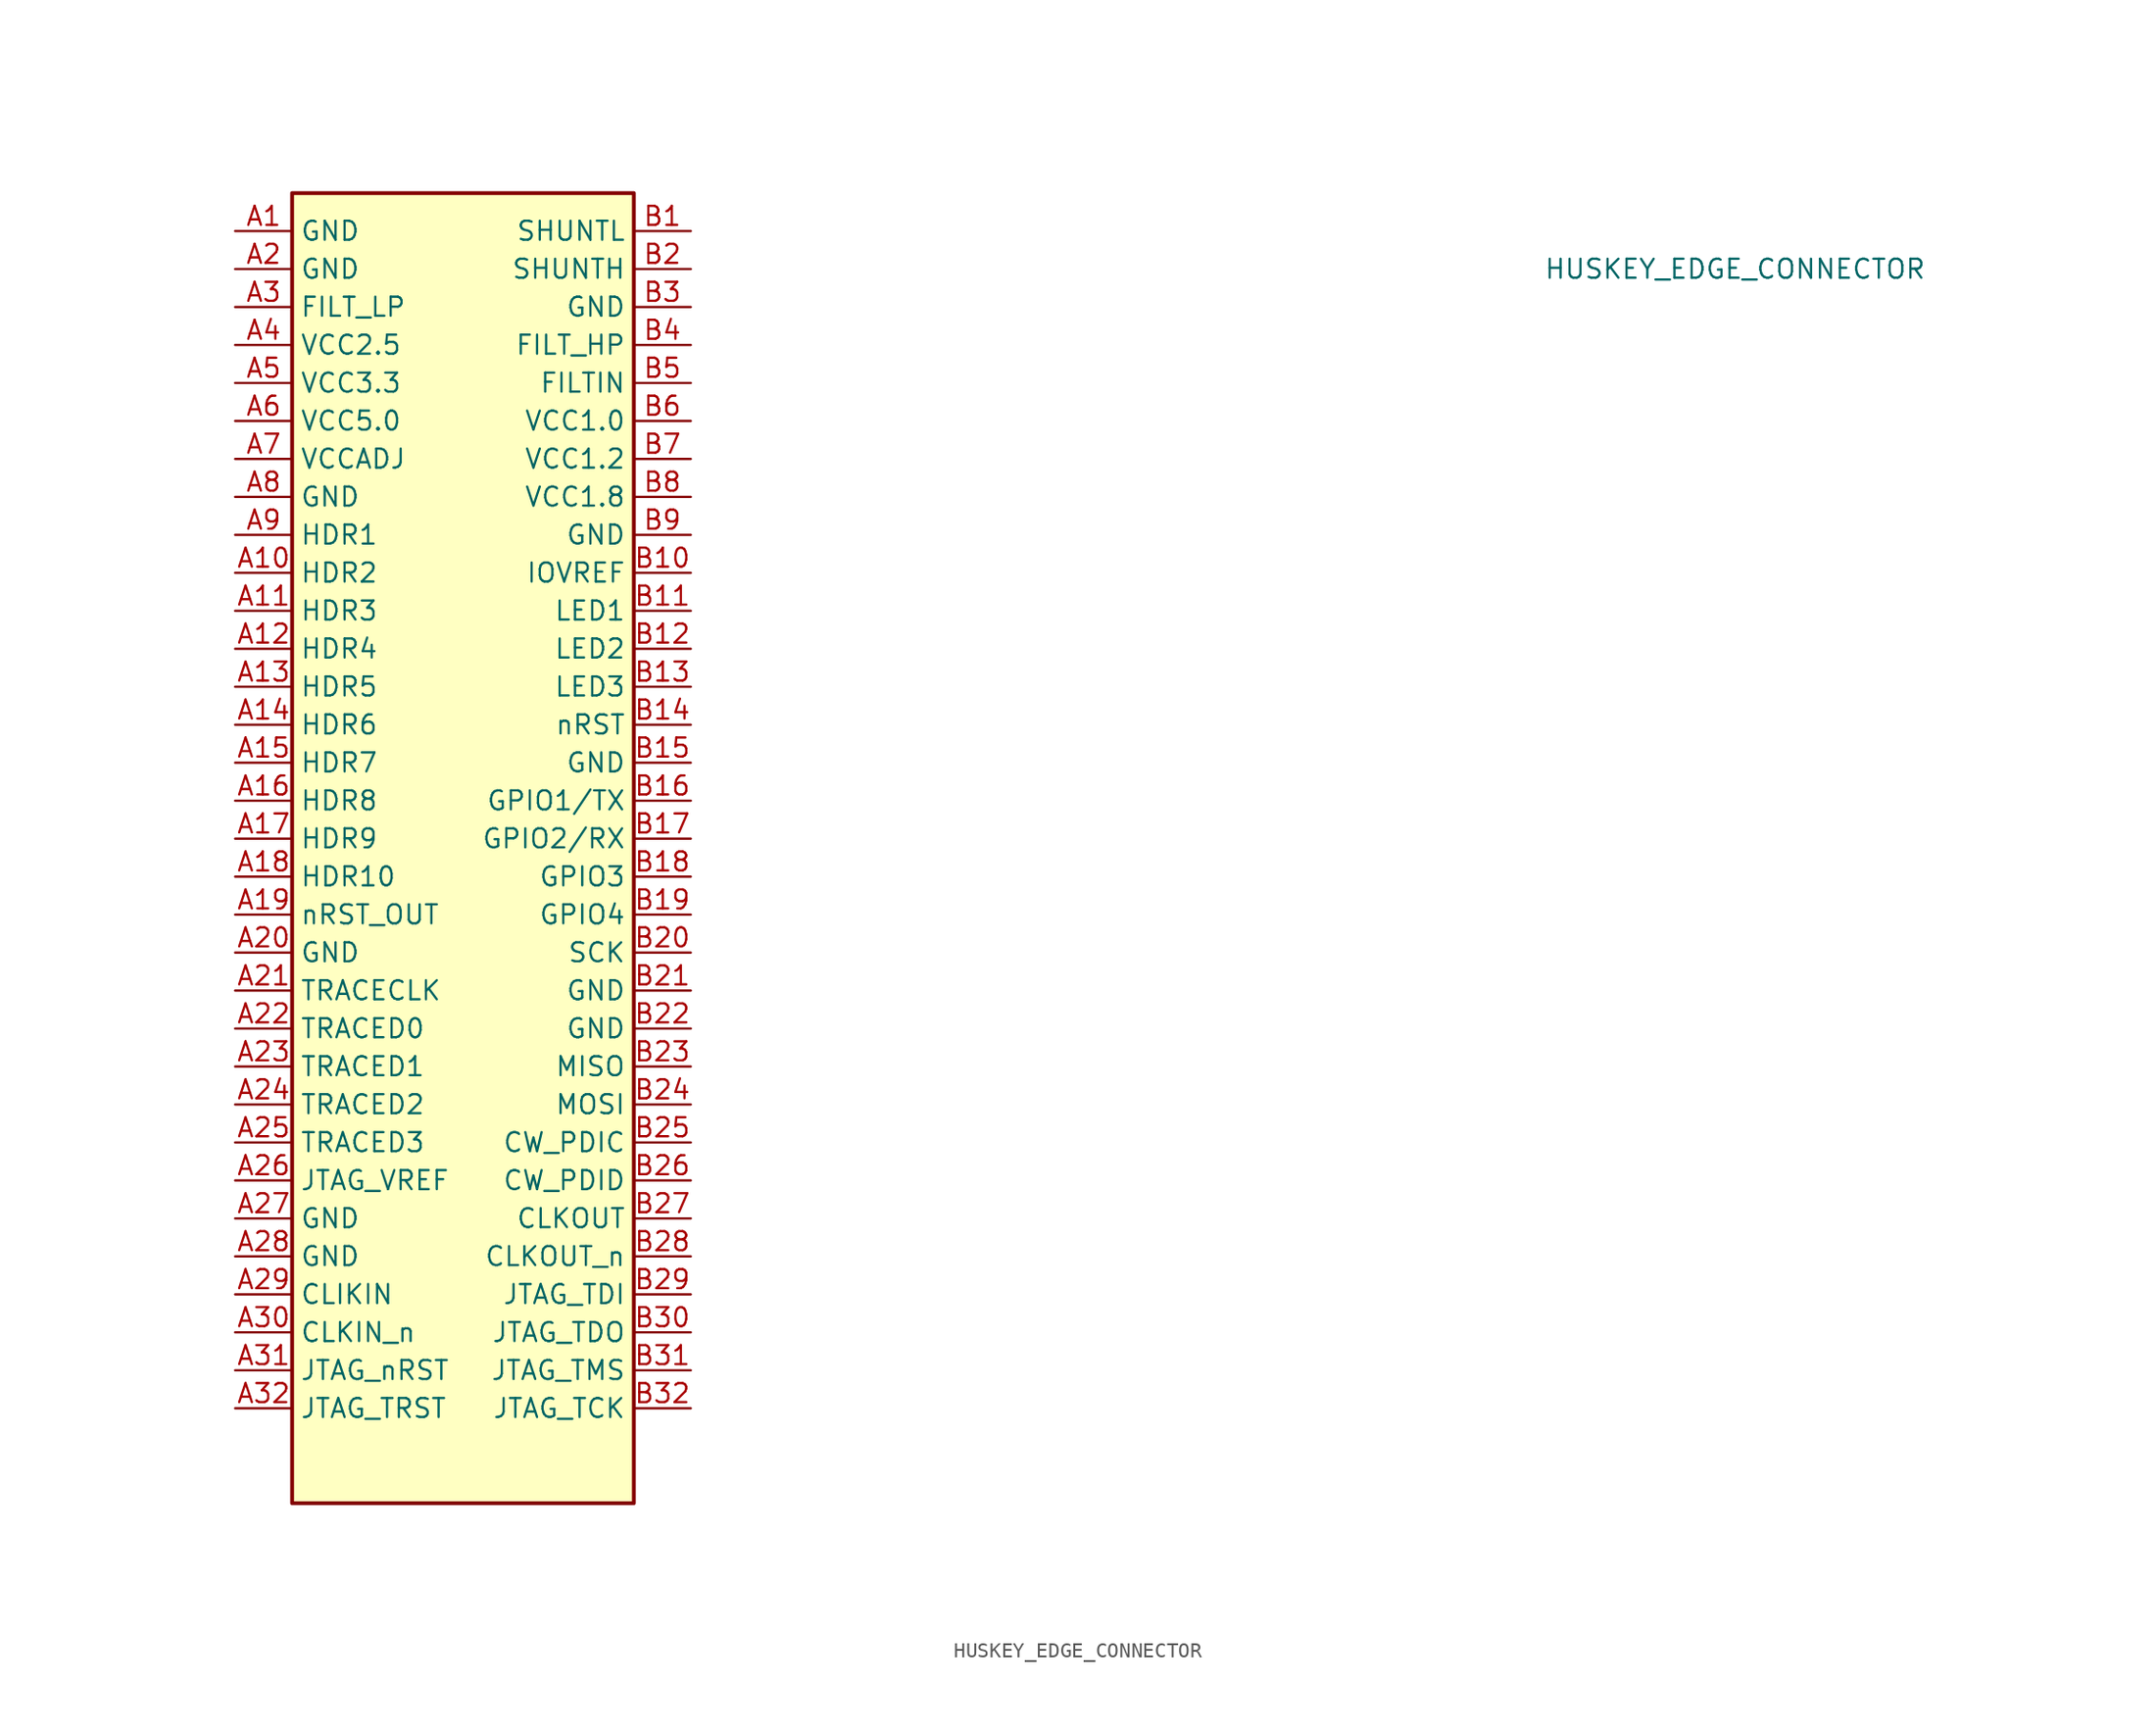
<source format=kicad_sym>
(kicad_symbol_lib
  (version 20241209)
  (generator "kicad_symbol_editor")
  (generator_version "9.0")
  (symbol "HUSKEY_EDGE_CONNECTOR"
    (property "Reference" "J"
      (at 3.302 61.468 0)
      (effects (font (size 1.27 1.27)) (hide yes)))
    (property "Value" "HUSKEY_EDGE_CONNECTOR"
      (at 85.09 26.67 0)
      (effects (font (size 1.27 1.27))))
    (symbol "HUSKEY_EDGE_CONNECTOR_0_1"
      (rectangle (start -11.43 31.75) (end 11.43 -55.88) (stroke (width 0.254) (type default)) (fill (type background))))
    (symbol "HUSKEY_EDGE_CONNECTOR_1_1"
      (pin passive line (at -15.24 29.21 0) (length 3.81) (name "GND" (effects (font (size 1.27 1.27)))) (number "A1" (effects (font (size 1.27 1.27)))))
      (pin passive line (at -15.24 26.67 0) (length 3.81) (name "GND" (effects (font (size 1.27 1.27)))) (number "A2" (effects (font (size 1.27 1.27)))))
      (pin passive line (at -15.24 24.13 0) (length 3.81) (name "FILT_LP" (effects (font (size 1.27 1.27)))) (number "A3" (effects (font (size 1.27 1.27)))))
      (pin passive line (at -15.24 21.59 0) (length 3.81) (name "VCC2.5" (effects (font (size 1.27 1.27)))) (number "A4" (effects (font (size 1.27 1.27)))))
      (pin passive line (at -15.24 19.05 0) (length 3.81) (name "VCC3.3" (effects (font (size 1.27 1.27)))) (number "A5" (effects (font (size 1.27 1.27)))))
      (pin passive line (at -15.24 16.51 0) (length 3.81) (name "VCC5.0" (effects (font (size 1.27 1.27)))) (number "A6" (effects (font (size 1.27 1.27)))))
      (pin passive line (at -15.24 13.97 0) (length 3.81) (name "VCCADJ" (effects (font (size 1.27 1.27)))) (number "A7" (effects (font (size 1.27 1.27)))))
      (pin passive line (at -15.24 11.43 0) (length 3.81) (name "GND" (effects (font (size 1.27 1.27)))) (number "A8" (effects (font (size 1.27 1.27)))))
      (pin passive line (at -15.24 8.89 0) (length 3.81) (name "HDR1" (effects (font (size 1.27 1.27)))) (number "A9" (effects (font (size 1.27 1.27)))))
      (pin passive line (at -15.24 6.35 0) (length 3.81) (name "HDR2" (effects (font (size 1.27 1.27)))) (number "A10" (effects (font (size 1.27 1.27)))))
      (pin passive line (at -15.24 3.81 0) (length 3.81) (name "HDR3" (effects (font (size 1.27 1.27)))) (number "A11" (effects (font (size 1.27 1.27)))))
      (pin passive line (at -15.24 1.27 0) (length 3.81) (name "HDR4" (effects (font (size 1.27 1.27)))) (number "A12" (effects (font (size 1.27 1.27)))))
      (pin passive line (at -15.24 -1.27 0) (length 3.81) (name "HDR5" (effects (font (size 1.27 1.27)))) (number "A13" (effects (font (size 1.27 1.27)))))
      (pin passive line (at -15.24 -3.81 0) (length 3.81) (name "HDR6" (effects (font (size 1.27 1.27)))) (number "A14" (effects (font (size 1.27 1.27)))))
      (pin passive line (at -15.24 -6.35 0) (length 3.81) (name "HDR7" (effects (font (size 1.27 1.27)))) (number "A15" (effects (font (size 1.27 1.27)))))
      (pin passive line (at -15.24 -8.89 0) (length 3.81) (name "HDR8" (effects (font (size 1.27 1.27)))) (number "A16" (effects (font (size 1.27 1.27)))))
      (pin passive line (at -15.24 -11.43 0) (length 3.81) (name "HDR9" (effects (font (size 1.27 1.27)))) (number "A17" (effects (font (size 1.27 1.27)))))
      (pin passive line (at -15.24 -13.97 0) (length 3.81) (name "HDR10" (effects (font (size 1.27 1.27)))) (number "A18" (effects (font (size 1.27 1.27)))))
      (pin passive line (at -15.24 -16.51 0) (length 3.81) (name "nRST_OUT" (effects (font (size 1.27 1.27)))) (number "A19" (effects (font (size 1.27 1.27)))))
      (pin passive line (at -15.24 -19.05 0) (length 3.81) (name "GND" (effects (font (size 1.27 1.27)))) (number "A20" (effects (font (size 1.27 1.27)))))
      (pin passive line (at -15.24 -21.59 0) (length 3.81) (name "TRACECLK" (effects (font (size 1.27 1.27)))) (number "A21" (effects (font (size 1.27 1.27)))))
      (pin passive line (at -15.24 -24.13 0) (length 3.81) (name "TRACED0" (effects (font (size 1.27 1.27)))) (number "A22" (effects (font (size 1.27 1.27)))))
      (pin passive line (at -15.24 -26.67 0) (length 3.81) (name "TRACED1" (effects (font (size 1.27 1.27)))) (number "A23" (effects (font (size 1.27 1.27)))))
      (pin passive line (at -15.24 -29.21 0) (length 3.81) (name "TRACED2" (effects (font (size 1.27 1.27)))) (number "A24" (effects (font (size 1.27 1.27)))))
      (pin passive line (at -15.24 -31.75 0) (length 3.81) (name "TRACED3" (effects (font (size 1.27 1.27)))) (number "A25" (effects (font (size 1.27 1.27)))))
      (pin passive line (at -15.24 -34.29 0) (length 3.81) (name "JTAG_VREF" (effects (font (size 1.27 1.27)))) (number "A26" (effects (font (size 1.27 1.27)))))
      (pin passive line (at -15.24 -36.83 0) (length 3.81) (name "GND" (effects (font (size 1.27 1.27)))) (number "A27" (effects (font (size 1.27 1.27)))))
      (pin passive line (at -15.24 -39.37 0) (length 3.81) (name "GND" (effects (font (size 1.27 1.27)))) (number "A28" (effects (font (size 1.27 1.27)))))
      (pin passive line (at -15.24 -41.91 0) (length 3.81) (name "CLIKIN" (effects (font (size 1.27 1.27)))) (number "A29" (effects (font (size 1.27 1.27)))))
      (pin passive line (at -15.24 -44.45 0) (length 3.81) (name "CLKIN_n" (effects (font (size 1.27 1.27)))) (number "A30" (effects (font (size 1.27 1.27)))))
      (pin passive line (at -15.24 -46.99 0) (length 3.81) (name "JTAG_nRST" (effects (font (size 1.27 1.27)))) (number "A31" (effects (font (size 1.27 1.27)))))
      (pin passive line (at -15.24 -49.53 0) (length 3.81) (name "JTAG_TRST" (effects (font (size 1.27 1.27)))) (number "A32" (effects (font (size 1.27 1.27)))))
      (pin passive line (at 15.24 29.21 180) (length 3.81) (name "SHUNTL" (effects (font (size 1.27 1.27)))) (number "B1" (effects (font (size 1.27 1.27)))))
      (pin passive line (at 15.24 26.67 180) (length 3.81) (name "SHUNTH" (effects (font (size 1.27 1.27)))) (number "B2" (effects (font (size 1.27 1.27)))))
      (pin passive line (at 15.24 24.13 180) (length 3.81) (name "GND" (effects (font (size 1.27 1.27)))) (number "B3" (effects (font (size 1.27 1.27)))))
      (pin passive line (at 15.24 21.59 180) (length 3.81) (name "FILT_HP" (effects (font (size 1.27 1.27)))) (number "B4" (effects (font (size 1.27 1.27)))))
      (pin passive line (at 15.24 19.05 180) (length 3.81) (name "FILTIN" (effects (font (size 1.27 1.27)))) (number "B5" (effects (font (size 1.27 1.27)))))
      (pin passive line (at 15.24 16.51 180) (length 3.81) (name "VCC1.0" (effects (font (size 1.27 1.27)))) (number "B6" (effects (font (size 1.27 1.27)))))
      (pin passive line (at 15.24 13.97 180) (length 3.81) (name "VCC1.2" (effects (font (size 1.27 1.27)))) (number "B7" (effects (font (size 1.27 1.27)))))
      (pin passive line (at 15.24 11.43 180) (length 3.81) (name "VCC1.8" (effects (font (size 1.27 1.27)))) (number "B8" (effects (font (size 1.27 1.27)))))
      (pin passive line (at 15.24 8.89 180) (length 3.81) (name "GND" (effects (font (size 1.27 1.27)))) (number "B9" (effects (font (size 1.27 1.27)))))
      (pin passive line (at 15.24 6.35 180) (length 3.81) (name "IOVREF" (effects (font (size 1.27 1.27)))) (number "B10" (effects (font (size 1.27 1.27)))))
      (pin passive line (at 15.24 3.81 180) (length 3.81) (name "LED1" (effects (font (size 1.27 1.27)))) (number "B11" (effects (font (size 1.27 1.27)))))
      (pin passive line (at 15.24 1.27 180) (length 3.81) (name "LED2" (effects (font (size 1.27 1.27)))) (number "B12" (effects (font (size 1.27 1.27)))))
      (pin passive line (at 15.24 -1.27 180) (length 3.81) (name "LED3" (effects (font (size 1.27 1.27)))) (number "B13" (effects (font (size 1.27 1.27)))))
      (pin passive line (at 15.24 -3.81 180) (length 3.81) (name "nRST" (effects (font (size 1.27 1.27)))) (number "B14" (effects (font (size 1.27 1.27)))))
      (pin passive line (at 15.24 -6.35 180) (length 3.81) (name "GND" (effects (font (size 1.27 1.27)))) (number "B15" (effects (font (size 1.27 1.27)))))
      (pin passive line (at 15.24 -8.89 180) (length 3.81) (name "GPIO1/TX" (effects (font (size 1.27 1.27)))) (number "B16" (effects (font (size 1.27 1.27)))))
      (pin passive line (at 15.24 -11.43 180) (length 3.81) (name "GPIO2/RX" (effects (font (size 1.27 1.27)))) (number "B17" (effects (font (size 1.27 1.27)))))
      (pin passive line (at 15.24 -13.97 180) (length 3.81) (name "GPIO3" (effects (font (size 1.27 1.27)))) (number "B18" (effects (font (size 1.27 1.27)))))
      (pin passive line (at 15.24 -16.51 180) (length 3.81) (name "GPIO4" (effects (font (size 1.27 1.27)))) (number "B19" (effects (font (size 1.27 1.27)))))
      (pin passive line (at 15.24 -19.05 180) (length 3.81) (name "SCK" (effects (font (size 1.27 1.27)))) (number "B20" (effects (font (size 1.27 1.27)))))
      (pin passive line (at 15.24 -21.59 180) (length 3.81) (name "GND" (effects (font (size 1.27 1.27)))) (number "B21" (effects (font (size 1.27 1.27)))))
      (pin passive line (at 15.24 -24.13 180) (length 3.81) (name "GND" (effects (font (size 1.27 1.27)))) (number "B22" (effects (font (size 1.27 1.27)))))
      (pin passive line (at 15.24 -26.67 180) (length 3.81) (name "MISO" (effects (font (size 1.27 1.27)))) (number "B23" (effects (font (size 1.27 1.27)))))
      (pin passive line (at 15.24 -29.21 180) (length 3.81) (name "MOSI" (effects (font (size 1.27 1.27)))) (number "B24" (effects (font (size 1.27 1.27)))))
      (pin passive line (at 15.24 -31.75 180) (length 3.81) (name "CW_PDIC" (effects (font (size 1.27 1.27)))) (number "B25" (effects (font (size 1.27 1.27)))))
      (pin passive line (at 15.24 -34.29 180) (length 3.81) (name "CW_PDID" (effects (font (size 1.27 1.27)))) (number "B26" (effects (font (size 1.27 1.27)))))
      (pin passive line (at 15.24 -36.83 180) (length 3.81) (name "CLKOUT" (effects (font (size 1.27 1.27)))) (number "B27" (effects (font (size 1.27 1.27)))))
      (pin passive line (at 15.24 -39.37 180) (length 3.81) (name "CLKOUT_n" (effects (font (size 1.27 1.27)))) (number "B28" (effects (font (size 1.27 1.27)))))
      (pin passive line (at 15.24 -41.91 180) (length 3.81) (name "JTAG_TDI" (effects (font (size 1.27 1.27)))) (number "B29" (effects (font (size 1.27 1.27)))))
      (pin passive line (at 15.24 -44.45 180) (length 3.81) (name "JTAG_TDO" (effects (font (size 1.27 1.27)))) (number "B30" (effects (font (size 1.27 1.27)))))
      (pin passive line (at 15.24 -46.99 180) (length 3.81) (name "JTAG_TMS" (effects (font (size 1.27 1.27)))) (number "B31" (effects (font (size 1.27 1.27)))))
      (pin passive line (at 15.24 -49.53 180) (length 3.81) (name "JTAG_TCK" (effects (font (size 1.27 1.27)))) (number "B32" (effects (font (size 1.27 1.27))))))))
</source>
